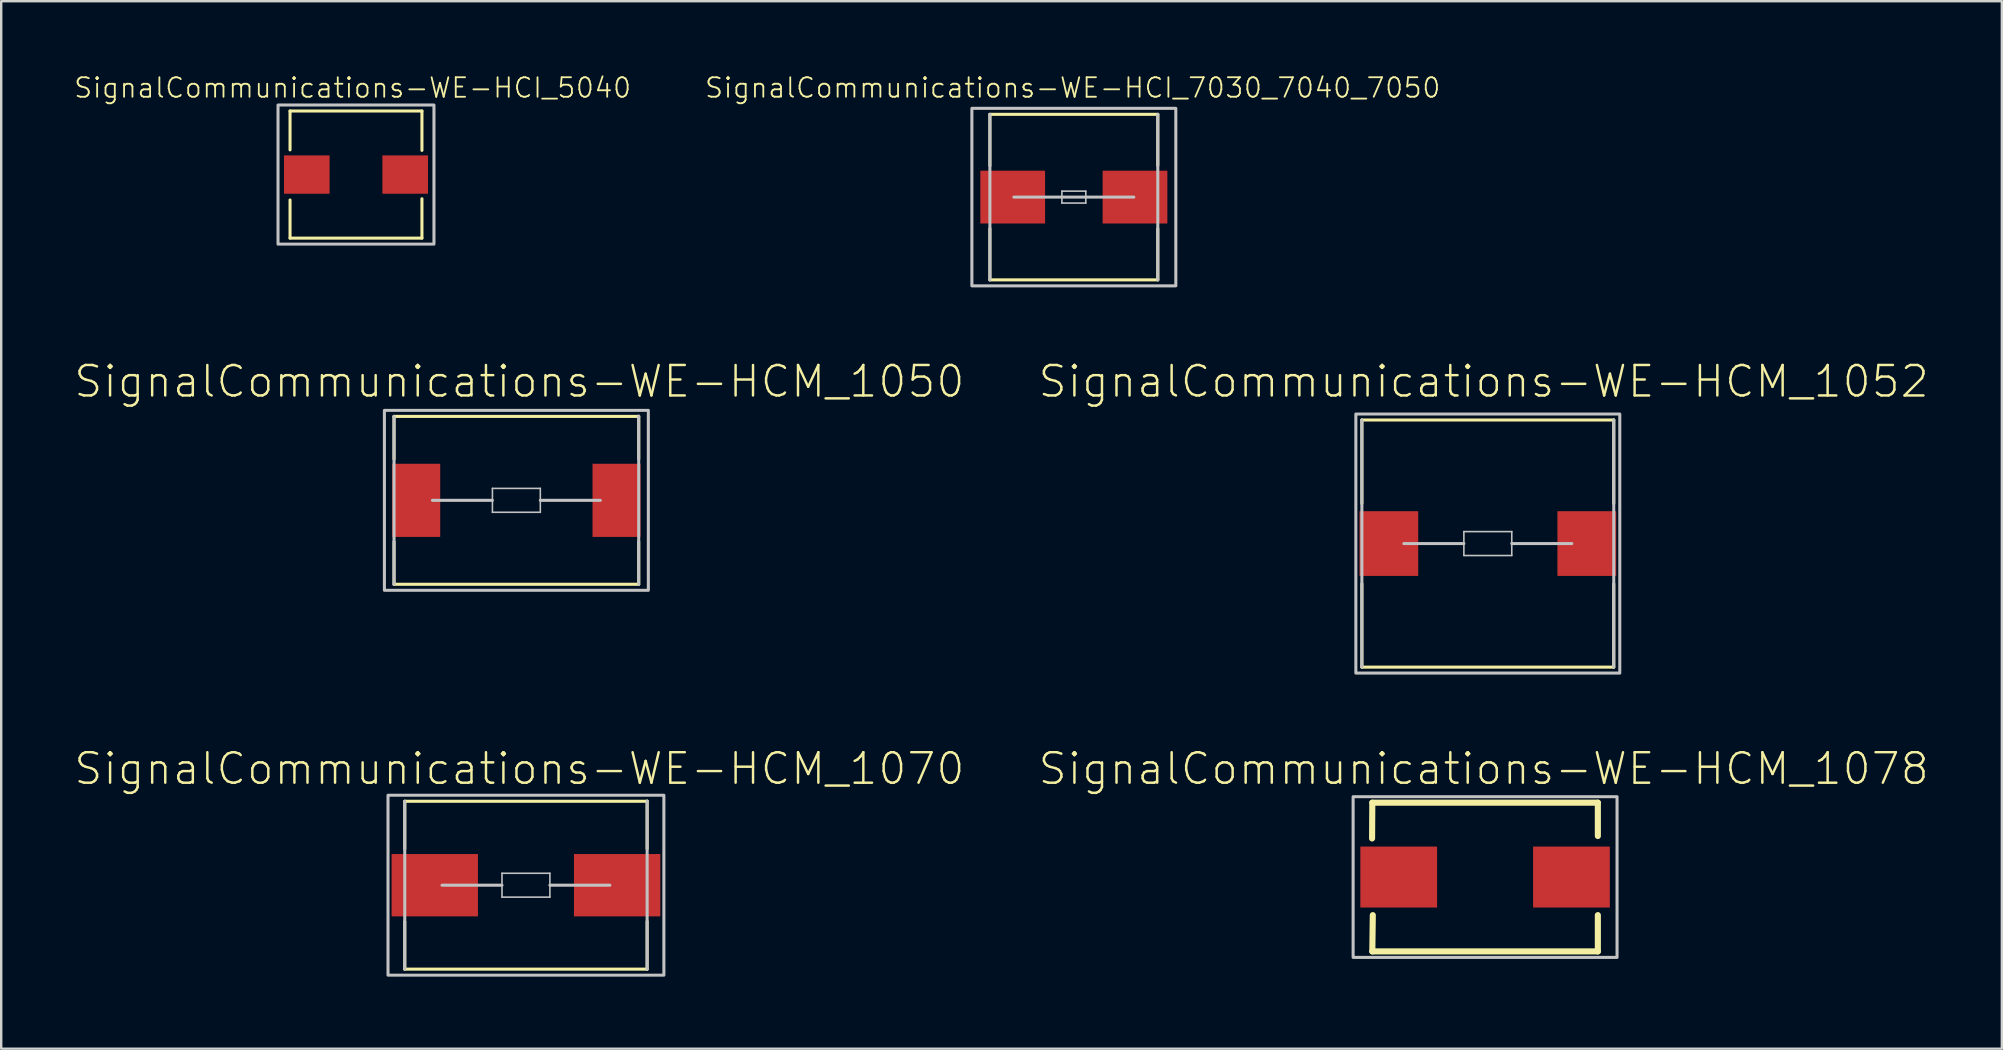
<source format=kicad_pcb>
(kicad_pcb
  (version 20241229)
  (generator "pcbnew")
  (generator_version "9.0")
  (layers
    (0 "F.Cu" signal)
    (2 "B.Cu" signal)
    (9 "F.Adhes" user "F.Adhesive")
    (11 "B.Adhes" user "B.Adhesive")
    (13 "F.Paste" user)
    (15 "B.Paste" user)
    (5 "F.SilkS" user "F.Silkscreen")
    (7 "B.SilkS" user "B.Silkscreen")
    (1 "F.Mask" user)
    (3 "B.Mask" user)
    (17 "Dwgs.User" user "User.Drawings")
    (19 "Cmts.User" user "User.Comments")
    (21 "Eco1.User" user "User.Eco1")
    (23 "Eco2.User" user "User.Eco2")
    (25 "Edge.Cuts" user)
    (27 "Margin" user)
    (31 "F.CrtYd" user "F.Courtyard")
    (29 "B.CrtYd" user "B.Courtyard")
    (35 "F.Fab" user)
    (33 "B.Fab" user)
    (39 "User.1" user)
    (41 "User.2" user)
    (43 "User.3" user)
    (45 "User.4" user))
  (footprint "SignalCommunications-WE-HCI_7030_7040_7050"
    (layer "F.Cu")
    (at 41.697 5.163)
    (property "Reference" "SignalCommunications-WE-HCI_7030_7040_7050" (at -0.048 -4.554 0) (layer "F.SilkS") (effects (font (size 0.813 0.813) (thickness 0.076))))
    (attr smd)
    (fp_line (start -3.498 -3.449) (end 3.498 -3.449) (stroke (width 0.127) (type solid)) (layer "F.SilkS"))
    (fp_line (start -3.498 -1.308) (end -3.498 -3.449) (stroke (width 0.127) (type solid)) (layer "F.SilkS"))
    (fp_line (start -3.498 1.308) (end -3.498 3.449) (stroke (width 0.127) (type solid)) (layer "F.SilkS"))
    (fp_line (start -3.498 3.449) (end 3.498 3.449) (stroke (width 0.127) (type solid)) (layer "F.SilkS"))
    (fp_line (start 3.498 -1.318) (end 3.498 -3.449) (stroke (width 0.127) (type solid)) (layer "F.SilkS"))
    (fp_line (start 3.498 1.318) (end 3.498 3.449) (stroke (width 0.127) (type solid)) (layer "F.SilkS"))
    (fp_line (start -3.498 -3.449) (end -3.498 3.449) (stroke (width 0.127) (type solid)) (layer "Dwgs.User"))
    (fp_line (start -2.499 0) (end 2.499 0) (stroke (width 0.127) (type solid)) (layer "Dwgs.User"))
    (fp_line (start -0.498 -0.249) (end 0.498 -0.249) (stroke (width 0.066) (type solid)) (layer "Dwgs.User"))
    (fp_line (start -0.498 0.249) (end -0.498 -0.249) (stroke (width 0.066) (type solid)) (layer "Dwgs.User"))
    (fp_line (start -0.498 0.249) (end 0.498 0.249) (stroke (width 0.066) (type solid)) (layer "Dwgs.User"))
    (fp_line (start 0.498 0.249) (end 0.498 -0.249) (stroke (width 0.066) (type solid)) (layer "Dwgs.User"))
    (fp_line (start 3.498 -3.449) (end 3.498 3.449) (stroke (width 0.127) (type solid)) (layer "Dwgs.User"))
    (fp_poly (pts (xy -4.249 -3.698) (xy 4.249 -3.698) (xy 4.249 3.698) (xy -4.249 3.698) (xy -4.249 -3.698)) (stroke (width 0.127) (type solid)) (fill no) (layer "Dwgs.User"))
    (pad "1" smd rect (at -2.548 0) (size 2.697 2.2) (layers "F.Cu" "F.Mask" "F.Paste"))
    (pad "2" smd rect (at 2.548 0) (size 2.697 2.2) (layers "F.Cu" "F.Mask" "F.Paste")))
  (footprint "SignalCommunications-WE-HCM_1070"
    (layer "F.Cu")
    (at 18.866 33.836)
    (property "Reference" "SignalCommunications-WE-HCM_1070" (at -0.274 -4.854 0) (layer "F.SilkS") (effects (font (size 1.27 1.27) (thickness 0.102))))
    (attr smd)
    (fp_line (start -5.05 -3.498) (end 5.05 -3.498) (stroke (width 0.127) (type solid)) (layer "F.SilkS"))
    (fp_line (start -5.05 -1.509) (end -5.05 -3.498) (stroke (width 0.127) (type solid)) (layer "F.SilkS"))
    (fp_line (start -5.05 1.509) (end -5.05 3.498) (stroke (width 0.127) (type solid)) (layer "F.SilkS"))
    (fp_line (start -5.05 3.498) (end 5.05 3.498) (stroke (width 0.127) (type solid)) (layer "F.SilkS"))
    (fp_line (start 5.05 -1.519) (end 5.05 -3.508) (stroke (width 0.127) (type solid)) (layer "F.SilkS"))
    (fp_line (start 5.05 1.509) (end 5.05 3.498) (stroke (width 0.127) (type solid)) (layer "F.SilkS"))
    (fp_line (start -5.05 -3.498) (end -5.05 3.498) (stroke (width 0.127) (type solid)) (layer "Dwgs.User"))
    (fp_line (start -3.498 0) (end -0.998 0) (stroke (width 0.127) (type solid)) (layer "Dwgs.User"))
    (fp_line (start -0.998 -0.498) (end 0.998 -0.498) (stroke (width 0.066) (type solid)) (layer "Dwgs.User"))
    (fp_line (start -0.998 0.498) (end -0.998 -0.498) (stroke (width 0.066) (type solid)) (layer "Dwgs.User"))
    (fp_line (start -0.998 0.498) (end 0.998 0.498) (stroke (width 0.066) (type solid)) (layer "Dwgs.User"))
    (fp_line (start 0.998 0) (end 3.498 0) (stroke (width 0.127) (type solid)) (layer "Dwgs.User"))
    (fp_line (start 0.998 0.498) (end 0.998 -0.498) (stroke (width 0.066) (type solid)) (layer "Dwgs.User"))
    (fp_line (start 5.05 -3.498) (end 5.05 3.498) (stroke (width 0.127) (type solid)) (layer "Dwgs.User"))
    (fp_poly (pts (xy -5.748 -3.749) (xy 5.748 -3.749) (xy 5.748 3.749) (xy -5.748 3.749) (xy -5.748 -3.749)) (stroke (width 0.127) (type solid)) (fill no) (layer "Dwgs.User"))
    (pad "1" smd rect (at -3.8 0) (size 3.599 2.598) (layers "F.Cu" "F.Mask" "F.Paste"))
    (pad "2" smd rect (at 3.8 0) (size 3.599 2.598) (layers "F.Cu" "F.Mask" "F.Paste")))
  (footprint "SignalCommunications-WE-HCM_1052"
    (layer "F.Cu")
    (at 58.947 19.6)
    (property "Reference" "SignalCommunications-WE-HCM_1052" (at -0.173 -6.754 0) (layer "F.SilkS") (effects (font (size 1.27 1.27) (thickness 0.102))))
    (attr smd)
    (fp_line (start -5.248 -5.149) (end 5.248 -5.149) (stroke (width 0.127) (type solid)) (layer "F.SilkS"))
    (fp_line (start -5.248 -1.669) (end -5.248 -5.149) (stroke (width 0.127) (type solid)) (layer "F.SilkS"))
    (fp_line (start -5.248 1.679) (end -5.248 5.149) (stroke (width 0.127) (type solid)) (layer "F.SilkS"))
    (fp_line (start -5.248 5.149) (end 5.248 5.149) (stroke (width 0.127) (type solid)) (layer "F.SilkS"))
    (fp_line (start 5.248 -1.669) (end 5.248 -5.149) (stroke (width 0.127) (type solid)) (layer "F.SilkS"))
    (fp_line (start 5.248 5.149) (end 5.248 1.679) (stroke (width 0.127) (type solid)) (layer "F.SilkS"))
    (fp_line (start -5.248 -5.149) (end -5.248 5.149) (stroke (width 0.127) (type solid)) (layer "Dwgs.User"))
    (fp_line (start -3.498 0) (end -0.998 0) (stroke (width 0.127) (type solid)) (layer "Dwgs.User"))
    (fp_line (start -0.998 -0.498) (end 0.998 -0.498) (stroke (width 0.066) (type solid)) (layer "Dwgs.User"))
    (fp_line (start -0.998 0.498) (end -0.998 -0.498) (stroke (width 0.066) (type solid)) (layer "Dwgs.User"))
    (fp_line (start -0.998 0.498) (end 0.998 0.498) (stroke (width 0.066) (type solid)) (layer "Dwgs.User"))
    (fp_line (start 0.998 0) (end 3.498 0) (stroke (width 0.127) (type solid)) (layer "Dwgs.User"))
    (fp_line (start 0.998 0.498) (end 0.998 -0.498) (stroke (width 0.066) (type solid)) (layer "Dwgs.User"))
    (fp_line (start 5.248 -5.149) (end 5.248 5.149) (stroke (width 0.127) (type solid)) (layer "Dwgs.User"))
    (fp_poly (pts (xy -5.499 -5.397) (xy 5.499 -5.397) (xy 5.499 5.397) (xy -5.499 5.397) (xy -5.499 -5.397)) (stroke (width 0.127) (type solid)) (fill no) (layer "Dwgs.User"))
    (pad "1" smd rect (at -4.125 0) (size 2.449 2.697) (layers "F.Cu" "F.Mask" "F.Paste"))
    (pad "2" smd rect (at 4.125 0) (size 2.449 2.697) (layers "F.Cu" "F.Mask" "F.Paste")))
  (footprint "SignalCommunications-WE-HCM_1050"
    (layer "F.Cu")
    (at 18.467 17.799)
    (property "Reference" "SignalCommunications-WE-HCM_1050" (at 0.124 -4.953 0) (layer "F.SilkS") (effects (font (size 1.27 1.27) (thickness 0.102))))
    (attr smd)
    (fp_line (start -5.098 -3.498) (end 5.098 -3.498) (stroke (width 0.127) (type solid)) (layer "F.SilkS"))
    (fp_line (start -5.098 -1.72) (end -5.098 -3.498) (stroke (width 0.127) (type solid)) (layer "F.SilkS"))
    (fp_line (start -5.098 1.72) (end -5.098 3.498) (stroke (width 0.127) (type solid)) (layer "F.SilkS"))
    (fp_line (start -5.098 3.498) (end 5.098 3.498) (stroke (width 0.127) (type solid)) (layer "F.SilkS"))
    (fp_line (start 5.098 -1.73) (end 5.098 -3.508) (stroke (width 0.127) (type solid)) (layer "F.SilkS"))
    (fp_line (start 5.098 1.72) (end 5.098 3.498) (stroke (width 0.127) (type solid)) (layer "F.SilkS"))
    (fp_line (start -5.098 -3.498) (end -5.098 3.498) (stroke (width 0.127) (type solid)) (layer "Dwgs.User"))
    (fp_line (start -3.498 0) (end -0.998 0) (stroke (width 0.127) (type solid)) (layer "Dwgs.User"))
    (fp_line (start -0.998 -0.498) (end 0.998 -0.498) (stroke (width 0.066) (type solid)) (layer "Dwgs.User"))
    (fp_line (start -0.998 0.498) (end -0.998 -0.498) (stroke (width 0.066) (type solid)) (layer "Dwgs.User"))
    (fp_line (start -0.998 0.498) (end 0.998 0.498) (stroke (width 0.066) (type solid)) (layer "Dwgs.User"))
    (fp_line (start 0.998 0) (end 3.498 0) (stroke (width 0.127) (type solid)) (layer "Dwgs.User"))
    (fp_line (start 0.998 0.498) (end 0.998 -0.498) (stroke (width 0.066) (type solid)) (layer "Dwgs.User"))
    (fp_line (start 5.098 -3.498) (end 5.098 3.498) (stroke (width 0.127) (type solid)) (layer "Dwgs.User"))
    (fp_poly (pts (xy -5.499 -3.749) (xy 5.499 -3.749) (xy 5.499 3.749) (xy -5.499 3.749) (xy -5.499 -3.749)) (stroke (width 0.127) (type solid)) (fill no) (layer "Dwgs.User"))
    (pad "1" smd rect (at -4.173 0) (size 1.999 3.048) (layers "F.Cu" "F.Mask" "F.Paste"))
    (pad "2" smd rect (at 4.173 0) (size 1.999 3.048) (layers "F.Cu" "F.Mask" "F.Paste")))
  (footprint "SignalCommunications-WE-HCI_5040"
    (layer "F.Cu")
    (at 11.784 4.224)
    (property "Reference" "SignalCommunications-WE-HCI_5040" (at -0.14 -3.614 0) (layer "F.SilkS") (effects (font (size 0.813 0.813) (thickness 0.076))))
    (attr smd)
    (fp_line (start -2.748 -2.649) (end -2.748 -1.029) (stroke (width 0.127) (type solid)) (layer "F.SilkS"))
    (fp_line (start -2.748 1.059) (end -2.748 2.649) (stroke (width 0.127) (type solid)) (layer "F.SilkS"))
    (fp_line (start -2.748 2.649) (end 2.748 2.649) (stroke (width 0.127) (type solid)) (layer "F.SilkS"))
    (fp_line (start 2.748 -2.649) (end -2.748 -2.649) (stroke (width 0.127) (type solid)) (layer "F.SilkS"))
    (fp_line (start 2.748 -2.649) (end 2.748 -1.008) (stroke (width 0.127) (type solid)) (layer "F.SilkS"))
    (fp_line (start 2.748 1.008) (end 2.748 2.649) (stroke (width 0.127) (type solid)) (layer "F.SilkS"))
    (fp_poly (pts (xy -3.249 -2.898) (xy 3.249 -2.898) (xy 3.249 2.898) (xy -3.249 2.898) (xy -3.249 -2.898)) (stroke (width 0.127) (type solid)) (fill no) (layer "Dwgs.User"))
    (pad "1" smd rect (at -2.05 0) (size 1.9 1.598) (layers "F.Cu" "F.Mask" "F.Paste"))
    (pad "2" smd rect (at 2.05 0) (size 1.9 1.598) (layers "F.Cu" "F.Mask" "F.Paste")))
  (footprint "SignalCommunications-WE-HCM_1078"
    (layer "F.Cu")
    (at 58.833 33.496)
    (property "Reference" "SignalCommunications-WE-HCM_1078" (at -0.058 -4.514 0) (layer "F.SilkS") (effects (font (size 1.27 1.27) (thickness 0.102))))
    (attr smd)
    (fp_line (start -4.699 -3.099) (end -4.709 -1.608) (stroke (width 0.254) (type solid)) (layer "F.SilkS"))
    (fp_line (start -4.699 3.099) (end -4.679 1.587) (stroke (width 0.254) (type solid)) (layer "F.SilkS"))
    (fp_line (start -4.699 3.099) (end 4.699 3.099) (stroke (width 0.254) (type solid)) (layer "F.SilkS"))
    (fp_line (start 4.699 -3.099) (end -4.699 -3.099) (stroke (width 0.254) (type solid)) (layer "F.SilkS"))
    (fp_line (start 4.699 -3.099) (end 4.699 -1.709) (stroke (width 0.254) (type solid)) (layer "F.SilkS"))
    (fp_line (start 4.699 3.099) (end 4.699 1.587) (stroke (width 0.254) (type solid)) (layer "F.SilkS"))
    (fp_poly (pts (xy -5.499 -3.348) (xy 5.499 -3.348) (xy 5.499 3.348) (xy -5.499 3.348) (xy -5.499 -3.348)) (stroke (width 0.127) (type solid)) (fill no) (layer "Dwgs.User"))
    (pad "1" smd rect (at -3.599 0) (size 3.198 2.54) (layers "F.Cu" "F.Mask" "F.Paste"))
    (pad "2" smd rect (at 3.599 0) (size 3.198 2.54) (layers "F.Cu" "F.Mask" "F.Paste")))
  (gr_rect
    (start -3 -3)
    (end 80.366 40.649)
    (stroke (width 0.1) (type default))
    (fill no)
    (layer "Edge.Cuts")))
</source>
